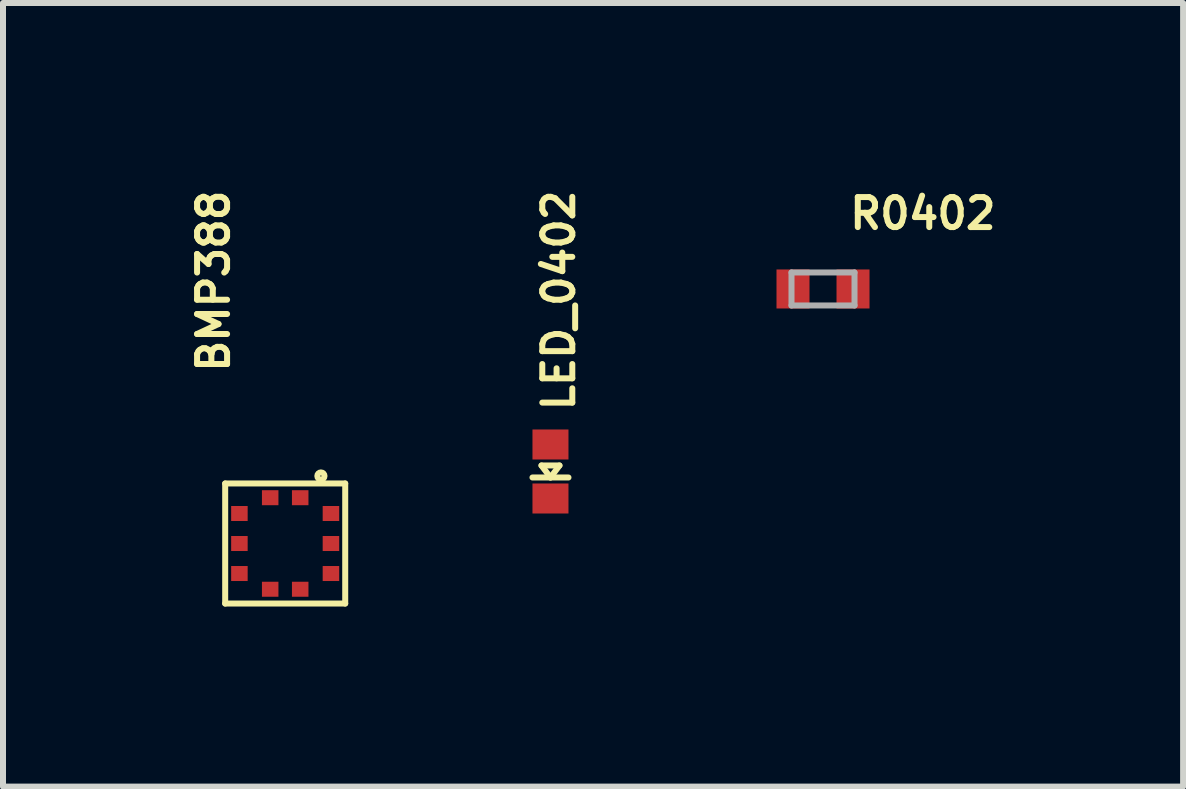
<source format=kicad_pcb>
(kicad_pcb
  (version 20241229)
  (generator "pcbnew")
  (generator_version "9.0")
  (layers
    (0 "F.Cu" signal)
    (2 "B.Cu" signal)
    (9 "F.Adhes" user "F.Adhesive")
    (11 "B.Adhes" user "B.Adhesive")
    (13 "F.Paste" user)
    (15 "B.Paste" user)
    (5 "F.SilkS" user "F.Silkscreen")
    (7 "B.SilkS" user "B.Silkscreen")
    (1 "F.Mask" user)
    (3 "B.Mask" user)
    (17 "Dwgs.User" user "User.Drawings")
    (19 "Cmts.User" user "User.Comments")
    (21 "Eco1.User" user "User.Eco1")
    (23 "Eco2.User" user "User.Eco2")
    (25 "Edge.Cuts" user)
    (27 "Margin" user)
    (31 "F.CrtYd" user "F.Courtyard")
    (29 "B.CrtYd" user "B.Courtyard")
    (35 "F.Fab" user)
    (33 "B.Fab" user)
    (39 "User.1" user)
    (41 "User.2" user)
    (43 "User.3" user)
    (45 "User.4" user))
  (footprint "BMP388"
    (layer "F.Cu")
    (at 1.702 6.006)
    (property "Reference" "BMP388" (at -0.902 -2.806 90) (unlocked yes) (layer "F.SilkS") (effects (font (size 0.5 0.5) (thickness 0.1)) (justify left bottom)))
    (fp_line (start -1 1) (end -1 -1) (stroke (width 0.1) (type solid)) (layer "F.SilkS"))
    (fp_line (start 1 -1) (end -1 -1) (stroke (width 0.1) (type solid)) (layer "F.SilkS"))
    (fp_line (start 1 1) (end -1 1) (stroke (width 0.1) (type solid)) (layer "F.SilkS"))
    (fp_line (start 1 1) (end 1 -1) (stroke (width 0.1) (type solid)) (layer "F.SilkS"))
    (fp_circle (center 0.595 -1.125) (end 0.595 -1.135) (stroke (width 0.1) (type solid)) (fill no) (layer "F.SilkS"))
    (pad "1" smd rect (at 0.25 -0.763 270) (size 0.25 0.275) (layers "F.Cu" "F.Mask" "F.Paste"))
    (pad "2" smd rect (at -0.25 -0.763 270) (size 0.25 0.275) (layers "F.Cu" "F.Mask" "F.Paste"))
    (pad "3" smd rect (at -0.763 -0.5 180) (size 0.275 0.25) (layers "F.Cu" "F.Mask" "F.Paste"))
    (pad "4" smd rect (at -0.763 0 180) (size 0.275 0.25) (layers "F.Cu" "F.Mask" "F.Paste"))
    (pad "5" smd rect (at -0.763 0.5 180) (size 0.275 0.25) (layers "F.Cu" "F.Mask" "F.Paste"))
    (pad "6" smd rect (at -0.25 0.762 270) (size 0.25 0.275) (layers "F.Cu" "F.Mask" "F.Paste"))
    (pad "7" smd rect (at 0.25 0.762 270) (size 0.25 0.275) (layers "F.Cu" "F.Mask" "F.Paste"))
    (pad "8" smd rect (at 0.762 0.5 180) (size 0.275 0.25) (layers "F.Cu" "F.Mask" "F.Paste"))
    (pad "9" smd rect (at 0.762 0 180) (size 0.275 0.25) (layers "F.Cu" "F.Mask" "F.Paste"))
    (pad "10" smd rect (at 0.762 -0.5 180) (size 0.275 0.25) (layers "F.Cu" "F.Mask" "F.Paste")))
  (footprint "R0402"
    (layer "F.Cu")
    (at 10.663 1.765)
    (property "Reference" "R0402" (at 0.395 -0.965 0) (unlocked yes) (layer "F.SilkS") (effects (font (size 0.5 0.5) (thickness 0.1)) (justify left bottom)))
    (fp_line (start -0.95 -0.5) (end -0.95 0.5) (stroke (width 0.05) (type solid)) (layer "Eco1.User"))
    (fp_line (start -0.95 -0.5) (end 0.95 -0.5) (stroke (width 0.05) (type solid)) (layer "Eco1.User"))
    (fp_line (start -0.95 0.5) (end 0.95 0.5) (stroke (width 0.05) (type solid)) (layer "Eco1.User"))
    (fp_line (start -0.275 -0.00001) (end 0.275 -0.00001) (stroke (width 0.05) (type solid)) (layer "Eco1.User"))
    (fp_line (start 0 -0.275) (end 0 0.275) (stroke (width 0.05) (type solid)) (layer "Eco1.User"))
    (fp_line (start 0.95 -0.5) (end 0.95 0.5) (stroke (width 0.05) (type solid)) (layer "Eco1.User"))
    (fp_line (start -0.525 -0.275) (end -0.525 0.275) (stroke (width 0.1) (type solid)) (layer "F.Fab"))
    (fp_line (start -0.525 -0.275) (end 0.525 -0.275) (stroke (width 0.1) (type solid)) (layer "F.Fab"))
    (fp_line (start -0.525 0.275) (end 0.525 0.275) (stroke (width 0.1) (type solid)) (layer "F.Fab"))
    (fp_line (start 0.525 -0.275) (end 0.525 0.275) (stroke (width 0.1) (type solid)) (layer "F.Fab"))
    (pad "1" smd rect (at -0.5 -0.00001 270) (size 0.65 0.55) (layers "F.Cu" "F.Mask" "F.Paste"))
    (pad "2" smd rect (at 0.5 -0.00001 270) (size 0.65 0.55) (layers "F.Cu" "F.Mask" "F.Paste")))
  (footprint "LED_0402"
    (layer "F.Cu")
    (at 6.122 4.806)
    (property "Reference" "LED_0402" (at 0.43 -0.963 90) (unlocked yes) (layer "F.SilkS") (effects (font (size 0.5 0.5) (thickness 0.1)) (justify left bottom)))
    (fp_line (start 0 0.1) (end -0.15 -0.1) (stroke (width 0.1) (type solid)) (layer "F.SilkS"))
    (fp_line (start 0.15 -0.1) (end -0.15 -0.1) (stroke (width 0.1) (type solid)) (layer "F.SilkS"))
    (fp_line (start 0.15 -0.1) (end 0 0.1) (stroke (width 0.1) (type solid)) (layer "F.SilkS"))
    (fp_line (start 0.3 0.1) (end -0.3 0.1) (stroke (width 0.1) (type solid)) (layer "F.SilkS"))
    (pad "ANODE" smd rect (at 0 -0.45 180) (size 0.6 0.5) (layers "F.Cu" "F.Mask" "F.Paste"))
    (pad "CATHODE" smd rect (at 0 0.45 180) (size 0.6 0.5) (layers "F.Cu" "F.Mask" "F.Paste")))
  (gr_rect
    (start -3 -3)
    (end 16.663 10.056)
    (stroke (width 0.1) (type default))
    (fill no)
    (layer "Edge.Cuts")))
</source>
